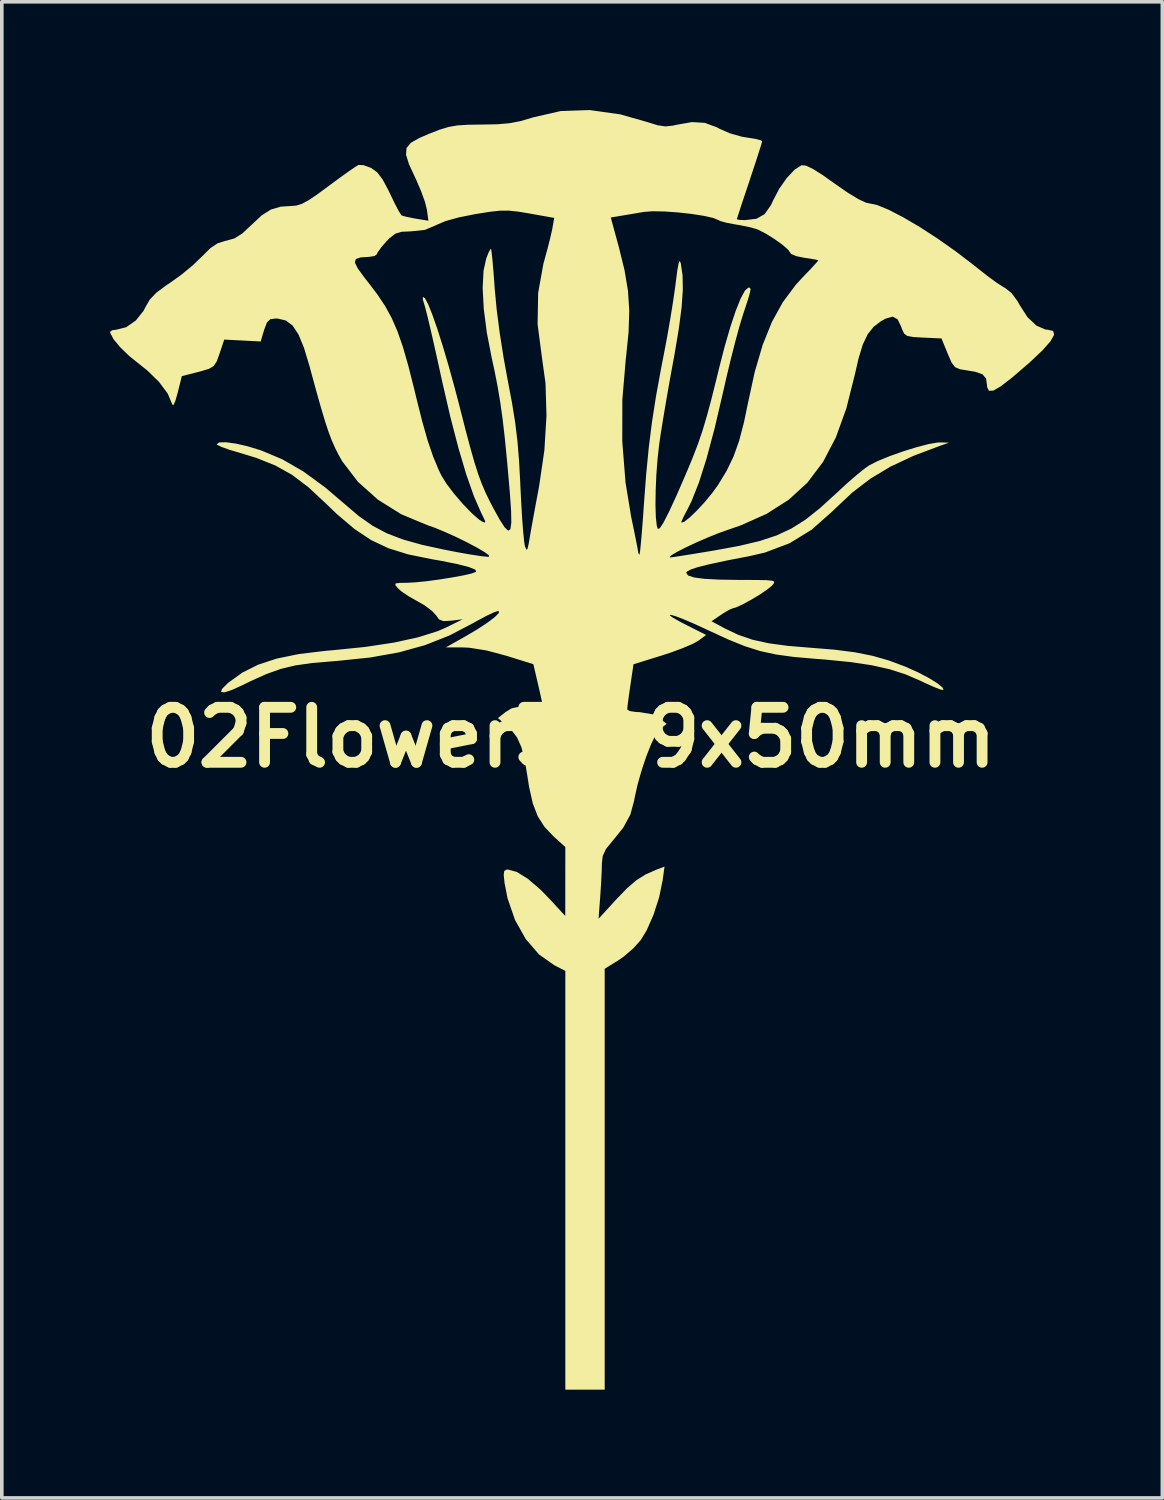
<source format=kicad_pcb>
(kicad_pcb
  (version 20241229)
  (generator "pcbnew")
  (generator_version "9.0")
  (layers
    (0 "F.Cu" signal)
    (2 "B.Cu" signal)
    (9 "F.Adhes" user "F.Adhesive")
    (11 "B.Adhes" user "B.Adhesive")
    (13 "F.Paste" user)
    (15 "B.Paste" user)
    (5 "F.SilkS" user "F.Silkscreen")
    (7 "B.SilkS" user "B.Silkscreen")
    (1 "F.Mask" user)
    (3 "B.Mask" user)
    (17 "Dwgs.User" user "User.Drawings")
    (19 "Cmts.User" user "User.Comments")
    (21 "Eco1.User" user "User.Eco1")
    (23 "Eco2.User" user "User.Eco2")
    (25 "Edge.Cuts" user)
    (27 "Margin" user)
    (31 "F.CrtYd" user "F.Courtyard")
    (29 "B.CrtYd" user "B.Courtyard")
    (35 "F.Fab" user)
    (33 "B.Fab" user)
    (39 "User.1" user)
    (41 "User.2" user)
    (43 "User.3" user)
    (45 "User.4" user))
  (footprint "02Flower35.9x50mm"
    (layer "F.Cu")
    (at 12.773 17.386)
    (property "Reference" "02Flower35.9x50mm" (at 0 0 0) (layer "F.SilkS") (effects (font (size 1.524 1.524) (thickness 0.3))))
    (attr board_only exclude_from_pos_files exclude_from_bom)
    (fp_poly (pts (xy 1.37 -17.266) (xy 2.111 -17.055) (xy 2.4 -16.965) (xy 2.613 -16.933) (xy 2.817 -16.953) (xy 2.923 -16.977) (xy 3.354 -17.053) (xy 3.711 -17.031) (xy 4.046 -16.907) (xy 4.118 -16.867) (xy 4.408 -16.74) (xy 4.743 -16.646) (xy 4.878 -16.624) (xy 5.11 -16.588) (xy 5.262 -16.548) (xy 5.298 -16.523) (xy 5.275 -16.435) (xy 5.21 -16.227) (xy 5.113 -15.927) (xy 4.993 -15.564) (xy 4.948 -15.427) (xy 4.822 -15.051) (xy 4.716 -14.732) (xy 4.639 -14.496) (xy 4.6 -14.371) (xy 4.597 -14.359) (xy 4.665 -14.343) (xy 4.826 -14.336) (xy 5.141 -14.373) (xy 5.367 -14.502) (xy 5.542 -14.751) (xy 5.599 -14.874) (xy 5.771 -15.204) (xy 5.981 -15.503) (xy 6.197 -15.733) (xy 6.39 -15.856) (xy 6.394 -15.857) (xy 6.51 -15.847) (xy 6.7 -15.758) (xy 6.979 -15.582) (xy 7.3 -15.354) (xy 7.67 -15.097) (xy 7.972 -14.914) (xy 8.185 -14.816) (xy 8.254 -14.803) (xy 8.485 -14.754) (xy 8.813 -14.619) (xy 9.217 -14.409) (xy 9.676 -14.139) (xy 10.167 -13.82) (xy 10.669 -13.466) (xy 11.161 -13.09) (xy 11.269 -13.003) (xy 11.542 -12.788) (xy 11.794 -12.604) (xy 11.985 -12.48) (xy 12.035 -12.453) (xy 12.207 -12.317) (xy 12.379 -12.086) (xy 12.431 -11.991) (xy 12.651 -11.647) (xy 12.901 -11.411) (xy 13.155 -11.302) (xy 13.217 -11.298) (xy 13.364 -11.263) (xy 13.389 -11.157) (xy 13.29 -10.979) (xy 13.065 -10.724) (xy 12.712 -10.391) (xy 12.23 -9.977) (xy 12.201 -9.954) (xy 11.906 -9.726) (xy 11.704 -9.611) (xy 11.583 -9.606) (xy 11.533 -9.708) (xy 11.53 -9.759) (xy 11.504 -9.946) (xy 11.406 -10.062) (xy 11.204 -10.133) (xy 11.012 -10.165) (xy 10.783 -10.202) (xy 10.646 -10.261) (xy 10.552 -10.38) (xy 10.455 -10.6) (xy 10.439 -10.638) (xy 10.269 -11.057) (xy 9.758 -11.08) (xy 9.483 -11.096) (xy 9.322 -11.125) (xy 9.234 -11.189) (xy 9.178 -11.307) (xy 9.155 -11.375) (xy 9.053 -11.586) (xy 8.919 -11.661) (xy 8.723 -11.607) (xy 8.589 -11.533) (xy 8.385 -11.377) (xy 8.223 -11.172) (xy 8.089 -10.892) (xy 7.971 -10.507) (xy 7.869 -10.064) (xy 7.633 -9.123) (xy 7.343 -8.318) (xy 6.987 -7.636) (xy 6.555 -7.063) (xy 6.037 -6.588) (xy 5.421 -6.195) (xy 4.697 -5.873) (xy 4.37 -5.76) (xy 4.091 -5.661) (xy 3.784 -5.537) (xy 3.473 -5.402) (xy 3.186 -5.267) (xy 2.95 -5.147) (xy 2.79 -5.052) (xy 2.733 -4.997) (xy 2.755 -4.988) (xy 2.852 -5) (xy 3.074 -5.034) (xy 3.392 -5.085) (xy 3.779 -5.149) (xy 3.984 -5.183) (xy 4.668 -5.309) (xy 5.228 -5.442) (xy 5.698 -5.597) (xy 6.11 -5.789) (xy 6.498 -6.034) (xy 6.893 -6.347) (xy 7.329 -6.744) (xy 7.355 -6.768) (xy 7.641 -7.032) (xy 7.917 -7.272) (xy 8.146 -7.456) (xy 8.261 -7.537) (xy 8.503 -7.66) (xy 8.833 -7.795) (xy 9.208 -7.928) (xy 9.584 -8.044) (xy 9.918 -8.131) (xy 10.166 -8.173) (xy 10.218 -8.175) (xy 10.479 -8.169) (xy 10.246 -8.088) (xy 9.491 -7.803) (xy 8.856 -7.505) (xy 8.303 -7.174) (xy 7.795 -6.785) (xy 7.297 -6.317) (xy 7.259 -6.278) (xy 6.676 -5.76) (xy 6.059 -5.381) (xy 5.376 -5.123) (xy 4.948 -5.024) (xy 4.336 -4.906) (xy 3.867 -4.806) (xy 3.53 -4.723) (xy 3.315 -4.652) (xy 3.21 -4.591) (xy 3.194 -4.56) (xy 3.246 -4.488) (xy 3.41 -4.433) (xy 3.695 -4.395) (xy 4.112 -4.373) (xy 4.673 -4.364) (xy 4.745 -4.364) (xy 5.146 -4.363) (xy 5.413 -4.358) (xy 5.568 -4.344) (xy 5.632 -4.318) (xy 5.627 -4.276) (xy 5.576 -4.213) (xy 5.57 -4.206) (xy 5.438 -4.097) (xy 5.227 -3.955) (xy 4.98 -3.807) (xy 4.744 -3.68) (xy 4.564 -3.599) (xy 4.501 -3.584) (xy 4.399 -3.544) (xy 4.226 -3.443) (xy 4.164 -3.402) (xy 3.896 -3.219) (xy 4.266 -3.019) (xy 4.637 -2.843) (xy 5.03 -2.708) (xy 5.479 -2.609) (xy 6.018 -2.536) (xy 6.615 -2.487) (xy 7.296 -2.432) (xy 7.862 -2.36) (xy 8.351 -2.263) (xy 8.804 -2.134) (xy 9.26 -1.964) (xy 9.305 -1.945) (xy 9.631 -1.797) (xy 9.924 -1.643) (xy 10.155 -1.5) (xy 10.297 -1.384) (xy 10.325 -1.313) (xy 10.324 -1.312) (xy 10.242 -1.327) (xy 10.056 -1.399) (xy 9.799 -1.515) (xy 9.682 -1.571) (xy 9.271 -1.748) (xy 8.828 -1.89) (xy 8.324 -2.002) (xy 7.73 -2.09) (xy 7.018 -2.16) (xy 6.779 -2.178) (xy 6.178 -2.23) (xy 5.683 -2.298) (xy 5.245 -2.393) (xy 4.816 -2.529) (xy 4.349 -2.718) (xy 3.796 -2.973) (xy 3.424 -3.145) (xy 3.12 -3.275) (xy 2.896 -3.361) (xy 2.764 -3.398) (xy 2.734 -3.387) (xy 2.818 -3.323) (xy 3.027 -3.204) (xy 3.229 -3.1) (xy 3.746 -2.839) (xy 3.529 -2.678) (xy 3.363 -2.587) (xy 3.09 -2.471) (xy 2.755 -2.348) (xy 2.522 -2.272) (xy 1.733 -2.027) (xy 1.646 -1.439) (xy 1.604 -1.147) (xy 1.573 -0.914) (xy 1.559 -0.784) (xy 1.558 -0.776) (xy 1.628 -0.731) (xy 1.803 -0.704) (xy 1.898 -0.701) (xy 2.262 -0.641) (xy 2.445 -0.538) (xy 2.652 -0.376) (xy 2.461 -0.225) (xy 2.353 -0.081) (xy 2.225 0.179) (xy 2.089 0.522) (xy 1.959 0.911) (xy 1.845 1.311) (xy 1.762 1.687) (xy 1.751 1.75) (xy 1.646 2.139) (xy 1.449 2.502) (xy 1.158 2.862) (xy 0.971 3.091) (xy 0.88 3.286) (xy 0.857 3.493) (xy 0.851 3.721) (xy 0.835 4.038) (xy 0.813 4.381) (xy 0.811 4.41) (xy 0.765 5.025) (xy 1.249 4.497) (xy 1.554 4.18) (xy 1.813 3.958) (xy 2.071 3.796) (xy 2.372 3.664) (xy 2.387 3.658) (xy 2.593 3.58) (xy 2.542 3.952) (xy 2.445 4.426) (xy 2.29 4.91) (xy 2.099 5.344) (xy 1.938 5.611) (xy 1.73 5.844) (xy 1.461 6.075) (xy 1.319 6.173) (xy 0.935 6.412) (xy 0.935 18.076) (xy -0.156 18.076) (xy -0.156 6.47) (xy -0.457 6.317) (xy -0.884 6.016) (xy -1.253 5.589) (xy -1.549 5.062) (xy -1.758 4.458) (xy -1.841 4.032) (xy -1.864 3.808) (xy -1.848 3.699) (xy -1.782 3.664) (xy -1.744 3.662) (xy -1.501 3.728) (xy -1.195 3.918) (xy -0.844 4.219) (xy -0.605 4.464) (xy -0.158 4.948) (xy -0.157 3.993) (xy -0.156 3.038) (xy -0.473 2.752) (xy -0.731 2.482) (xy -0.92 2.187) (xy -1.058 1.829) (xy -1.161 1.37) (xy -1.203 1.099) (xy -1.282 0.623) (xy -1.374 0.269) (xy -1.493 0.003) (xy -1.653 -0.209) (xy -1.789 -0.336) (xy -2.025 -0.535) (xy -1.811 -0.704) (xy -1.643 -0.807) (xy -1.452 -0.847) (xy -1.188 -0.839) (xy -0.96 -0.828) (xy -0.811 -0.836) (xy -0.778 -0.851) (xy -0.794 -0.943) (xy -0.838 -1.146) (xy -0.899 -1.419) (xy -0.91 -1.463) (xy -1.042 -2.029) (xy -1.784 -2.261) (xy -2.336 -2.409) (xy -2.812 -2.485) (xy -2.997 -2.494) (xy -3.467 -2.495) (xy -2.922 -2.802) (xy -2.587 -3) (xy -2.309 -3.184) (xy -2.106 -3.338) (xy -1.997 -3.449) (xy -2.002 -3.501) (xy -2.019 -3.503) (xy -2.133 -3.467) (xy -2.342 -3.369) (xy -2.609 -3.226) (xy -2.72 -3.163) (xy -3.374 -2.822) (xy -4.045 -2.557) (xy -4.766 -2.357) (xy -5.568 -2.214) (xy -6.484 -2.119) (xy -6.602 -2.11) (xy -7.171 -2.062) (xy -7.634 -1.996) (xy -8.039 -1.899) (xy -8.436 -1.758) (xy -8.874 -1.561) (xy -9.093 -1.453) (xy -9.4 -1.313) (xy -9.604 -1.249) (xy -9.697 -1.26) (xy -9.67 -1.344) (xy -9.513 -1.501) (xy -9.495 -1.517) (xy -9.107 -1.796) (xy -8.668 -2.016) (xy -8.152 -2.185) (xy -7.537 -2.311) (xy -6.797 -2.4) (xy -6.605 -2.416) (xy -5.705 -2.507) (xy -4.911 -2.627) (xy -4.237 -2.774) (xy -3.696 -2.944) (xy -3.467 -3.043) (xy -3 -3.274) (xy -3.318 -3.235) (xy -3.533 -3.223) (xy -3.654 -3.268) (xy -3.733 -3.377) (xy -3.855 -3.511) (xy -4.066 -3.666) (xy -4.24 -3.765) (xy -4.491 -3.907) (xy -4.702 -4.05) (xy -4.791 -4.129) (xy -4.867 -4.222) (xy -4.86 -4.268) (xy -4.742 -4.283) (xy -4.545 -4.285) (xy -4.306 -4.298) (xy -3.992 -4.33) (xy -3.642 -4.377) (xy -3.293 -4.433) (xy -2.982 -4.49) (xy -2.749 -4.544) (xy -2.63 -4.589) (xy -2.627 -4.591) (xy -2.65 -4.649) (xy -2.822 -4.719) (xy -3.137 -4.801) (xy -3.588 -4.892) (xy -3.871 -4.941) (xy -4.514 -5.073) (xy -5.057 -5.242) (xy -5.54 -5.47) (xy -6.002 -5.778) (xy -6.482 -6.185) (xy -6.8 -6.49) (xy -7.278 -6.935) (xy -7.725 -7.274) (xy -8.189 -7.534) (xy -8.718 -7.746) (xy -9.179 -7.887) (xy -9.468 -7.973) (xy -9.688 -8.052) (xy -9.806 -8.109) (xy -9.817 -8.123) (xy -9.749 -8.175) (xy -9.563 -8.18) (xy -9.289 -8.143) (xy -8.957 -8.067) (xy -8.596 -7.957) (xy -8.582 -7.952) (xy -7.997 -7.706) (xy -7.416 -7.37) (xy -6.811 -6.928) (xy -6.28 -6.475) (xy -5.88 -6.135) (xy -5.501 -5.868) (xy -5.107 -5.658) (xy -4.662 -5.487) (xy -4.13 -5.338) (xy -3.545 -5.21) (xy -3.134 -5.13) (xy -2.77 -5.066) (xy -2.484 -5.023) (xy -2.307 -5.005) (xy -2.27 -5.007) (xy -2.276 -5.049) (xy -2.398 -5.138) (xy -2.609 -5.262) (xy -2.88 -5.406) (xy -3.186 -5.556) (xy -3.499 -5.697) (xy -3.791 -5.817) (xy -3.974 -5.881) (xy -4.699 -6.182) (xy -5.349 -6.588) (xy -5.902 -7.082) (xy -6.335 -7.647) (xy -6.44 -7.831) (xy -6.538 -8.026) (xy -6.628 -8.229) (xy -6.717 -8.464) (xy -6.813 -8.755) (xy -6.923 -9.123) (xy -7.056 -9.592) (xy -7.218 -10.186) (xy -7.25 -10.305) (xy -7.402 -10.807) (xy -7.553 -11.171) (xy -7.715 -11.415) (xy -7.902 -11.554) (xy -8.125 -11.607) (xy -8.184 -11.609) (xy -8.334 -11.589) (xy -8.426 -11.499) (xy -8.501 -11.3) (xy -8.504 -11.291) (xy -8.599 -10.973) (xy -9.104 -10.999) (xy -9.609 -11.025) (xy -9.739 -10.635) (xy -9.818 -10.418) (xy -9.902 -10.29) (xy -10.038 -10.212) (xy -10.27 -10.143) (xy -10.327 -10.129) (xy -10.784 -10.012) (xy -10.901 -9.544) (xy -10.967 -9.315) (xy -11.02 -9.207) (xy -11.049 -9.229) (xy -11.174 -9.526) (xy -11.416 -9.853) (xy -11.749 -10.177) (xy -11.942 -10.329) (xy -12.237 -10.566) (xy -12.492 -10.813) (xy -12.679 -11.039) (xy -12.769 -11.214) (xy -12.773 -11.239) (xy -12.711 -11.285) (xy -12.603 -11.298) (xy -12.325 -11.368) (xy -12.057 -11.556) (xy -11.843 -11.825) (xy -11.794 -11.923) (xy -11.673 -12.133) (xy -11.491 -12.324) (xy -11.211 -12.532) (xy -11.118 -12.593) (xy -10.802 -12.819) (xy -10.482 -13.082) (xy -10.399 -13.162) (xy -5.989 -13.162) (xy -5.909 -12.998) (xy -5.724 -12.744) (xy -5.625 -12.619) (xy -5.365 -12.277) (xy -5.149 -11.953) (xy -4.967 -11.62) (xy -4.807 -11.252) (xy -4.657 -10.82) (xy -4.507 -10.298) (xy -4.345 -9.658) (xy -4.29 -9.428) (xy -4.123 -8.763) (xy -3.97 -8.224) (xy -3.819 -7.781) (xy -3.662 -7.406) (xy -3.585 -7.248) (xy -3.441 -7.018) (xy -3.23 -6.742) (xy -2.987 -6.46) (xy -2.746 -6.211) (xy -2.543 -6.034) (xy -2.472 -5.988) (xy -2.389 -5.951) (xy -2.376 -5.986) (xy -2.435 -6.118) (xy -2.482 -6.211) (xy -2.686 -6.675) (xy -2.9 -7.283) (xy -3.12 -8.026) (xy -3.345 -8.893) (xy -3.571 -9.874) (xy -3.585 -9.938) (xy -3.7 -10.463) (xy -3.808 -10.947) (xy -3.904 -11.366) (xy -3.983 -11.695) (xy -4.038 -11.91) (xy -4.058 -11.978) (xy -4.104 -12.133) (xy -4.104 -12.206) (xy -4.046 -12.173) (xy -3.957 -12.004) (xy -3.842 -11.717) (xy -3.705 -11.326) (xy -3.553 -10.848) (xy -3.391 -10.299) (xy -3.224 -9.696) (xy -3.082 -9.153) (xy -2.922 -8.524) (xy -2.788 -8.022) (xy -2.674 -7.621) (xy -2.571 -7.297) (xy -2.47 -7.024) (xy -2.364 -6.777) (xy -2.244 -6.531) (xy -2.168 -6.384) (xy -1.979 -6.041) (xy -1.837 -5.821) (xy -1.738 -5.729) (xy -1.678 -5.771) (xy -1.653 -5.951) (xy -1.659 -6.275) (xy -1.691 -6.746) (xy -1.706 -6.926) (xy -1.772 -7.672) (xy -1.833 -8.294) (xy -1.894 -8.821) (xy -1.959 -9.285) (xy -2.031 -9.717) (xy -2.115 -10.147) (xy -2.196 -10.518) (xy -2.332 -11.221) (xy -2.416 -11.874) (xy -2.447 -12.452) (xy -2.423 -12.932) (xy -2.349 -13.27) (xy -2.278 -13.448) (xy -2.225 -13.537) (xy -2.215 -13.539) (xy -2.2 -13.455) (xy -2.177 -13.244) (xy -2.15 -12.935) (xy -2.121 -12.558) (xy -2.112 -12.423) (xy -2.059 -11.864) (xy -1.975 -11.211) (xy -1.866 -10.518) (xy -1.752 -9.895) (xy -1.633 -9.267) (xy -1.546 -8.729) (xy -1.484 -8.219) (xy -1.439 -7.68) (xy -1.405 -7.051) (xy -1.402 -6.973) (xy -1.378 -6.496) (xy -1.352 -6.061) (xy -1.324 -5.698) (xy -1.298 -5.434) (xy -1.276 -5.298) (xy -1.237 -5.202) (xy -1.206 -5.218) (xy -1.172 -5.363) (xy -1.15 -5.493) (xy -1.112 -5.715) (xy -1.052 -6.049) (xy -0.978 -6.452) (xy -0.897 -6.884) (xy -0.881 -6.973) (xy -0.736 -7.961) (xy -0.678 -8.92) (xy -0.705 -9.815) (xy -0.808 -10.557) (xy -0.925 -11.452) (xy -0.909 -12.321) (xy -0.762 -13.135) (xy -0.749 -13.178) (xy -0.657 -13.516) (xy -0.576 -13.833) (xy -0.522 -14.071) (xy -0.514 -14.113) (xy -0.464 -14.397) (xy -0.532 -14.409) (xy 1.103 -14.409) (xy 1.331 -13.574) (xy 1.486 -12.942) (xy 1.58 -12.376) (xy 1.616 -11.825) (xy 1.597 -11.235) (xy 1.528 -10.554) (xy 1.52 -10.492) (xy 1.424 -9.363) (xy 1.422 -8.202) (xy 1.512 -7.065) (xy 1.668 -6.116) (xy 1.744 -5.751) (xy 1.807 -5.44) (xy 1.85 -5.216) (xy 1.867 -5.111) (xy 1.867 -5.11) (xy 1.893 -5.065) (xy 1.9 -5.071) (xy 1.915 -5.155) (xy 1.937 -5.37) (xy 1.965 -5.688) (xy 1.996 -6.086) (xy 2.022 -6.467) (xy 2.085 -7.3) (xy 2.157 -8.039) (xy 2.245 -8.738) (xy 2.357 -9.454) (xy 2.501 -10.241) (xy 2.57 -10.596) (xy 2.664 -11.091) (xy 2.754 -11.607) (xy 2.832 -12.092) (xy 2.89 -12.493) (xy 2.901 -12.583) (xy 2.945 -12.928) (xy 2.981 -13.13) (xy 3.011 -13.202) (xy 3.039 -13.154) (xy 3.045 -13.129) (xy 3.093 -12.804) (xy 3.1 -12.408) (xy 3.067 -11.924) (xy 2.99 -11.332) (xy 2.87 -10.614) (xy 2.835 -10.426) (xy 2.738 -9.895) (xy 2.643 -9.355) (xy 2.558 -8.849) (xy 2.488 -8.417) (xy 2.448 -8.142) (xy 2.401 -7.73) (xy 2.367 -7.289) (xy 2.348 -6.85) (xy 2.342 -6.447) (xy 2.352 -6.11) (xy 2.377 -5.873) (xy 2.405 -5.779) (xy 2.461 -5.796) (xy 2.564 -5.952) (xy 2.716 -6.25) (xy 2.919 -6.691) (xy 2.949 -6.758) (xy 3.179 -7.286) (xy 3.364 -7.728) (xy 3.516 -8.122) (xy 3.647 -8.505) (xy 3.769 -8.915) (xy 3.896 -9.388) (xy 4.039 -9.962) (xy 4.099 -10.207) (xy 4.258 -10.828) (xy 4.416 -11.372) (xy 4.566 -11.822) (xy 4.703 -12.164) (xy 4.822 -12.384) (xy 4.917 -12.466) (xy 4.921 -12.466) (xy 4.962 -12.459) (xy 4.977 -12.421) (xy 4.961 -12.326) (xy 4.909 -12.146) (xy 4.814 -11.856) (xy 4.762 -11.699) (xy 4.671 -11.4) (xy 4.559 -10.988) (xy 4.435 -10.503) (xy 4.31 -9.984) (xy 4.21 -9.544) (xy 3.981 -8.565) (xy 3.76 -7.738) (xy 3.547 -7.065) (xy 3.342 -6.547) (xy 3.228 -6.319) (xy 3.123 -6.119) (xy 3.063 -5.985) (xy 3.058 -5.954) (xy 3.138 -5.975) (xy 3.287 -6.092) (xy 3.482 -6.279) (xy 3.695 -6.508) (xy 3.9 -6.754) (xy 4.072 -6.99) (xy 4.076 -6.996) (xy 4.316 -7.391) (xy 4.506 -7.786) (xy 4.66 -8.219) (xy 4.795 -8.734) (xy 4.902 -9.251) (xy 5.094 -10.133) (xy 5.314 -10.881) (xy 5.571 -11.518) (xy 5.873 -12.064) (xy 6.23 -12.542) (xy 6.407 -12.736) (xy 6.613 -12.95) (xy 6.769 -13.118) (xy 6.85 -13.21) (xy 6.856 -13.22) (xy 6.787 -13.241) (xy 6.609 -13.272) (xy 6.467 -13.292) (xy 6.245 -13.337) (xy 6.104 -13.396) (xy 6.077 -13.431) (xy 6.015 -13.52) (xy 5.857 -13.656) (xy 5.641 -13.811) (xy 5.408 -13.957) (xy 5.197 -14.066) (xy 5.142 -14.088) (xy 4.948 -14.142) (xy 4.682 -14.196) (xy 4.558 -14.216) (xy 4.317 -14.261) (xy 4.14 -14.31) (xy 4.09 -14.335) (xy 3.943 -14.396) (xy 3.679 -14.455) (xy 3.34 -14.508) (xy 2.965 -14.549) (xy 2.594 -14.575) (xy 2.268 -14.582) (xy 2.027 -14.564) (xy 2.026 -14.564) (xy 1.733 -14.514) (xy 1.461 -14.468) (xy 1.35 -14.45) (xy 1.103 -14.409) (xy -0.532 -14.409) (xy -1.147 -14.519) (xy -1.472 -14.573) (xy -1.727 -14.599) (xy -1.969 -14.597) (xy -2.252 -14.566) (xy -2.63 -14.506) (xy -2.649 -14.503) (xy -3.105 -14.412) (xy -3.473 -14.31) (xy -3.722 -14.205) (xy -3.74 -14.195) (xy -4.048 -14.065) (xy -4.432 -14.025) (xy -4.692 -14.013) (xy -4.866 -13.961) (xy -5.022 -13.84) (xy -5.114 -13.746) (xy -5.267 -13.571) (xy -5.361 -13.436) (xy -5.376 -13.396) (xy -5.443 -13.341) (xy -5.59 -13.318) (xy -5.831 -13.302) (xy -5.963 -13.257) (xy -5.989 -13.162) (xy -10.399 -13.162) (xy -10.229 -13.326) (xy -10.228 -13.326) (xy -9.992 -13.56) (xy -9.792 -13.694) (xy -9.58 -13.76) (xy -9.551 -13.765) (xy -9.324 -13.83) (xy -9.106 -13.968) (xy -8.864 -14.194) (xy -8.571 -14.467) (xy -8.314 -14.63) (xy -8.043 -14.709) (xy -7.774 -14.726) (xy -7.616 -14.738) (xy -7.459 -14.786) (xy -7.272 -14.886) (xy -7.023 -15.054) (xy -6.724 -15.275) (xy -6.427 -15.495) (xy -6.168 -15.68) (xy -5.978 -15.811) (xy -5.887 -15.865) (xy -5.75 -15.859) (xy -5.558 -15.79) (xy -5.531 -15.777) (xy -5.369 -15.659) (xy -5.219 -15.462) (xy -5.055 -15.154) (xy -5.017 -15.075) (xy -4.887 -14.804) (xy -4.776 -14.592) (xy -4.704 -14.477) (xy -4.694 -14.466) (xy -4.587 -14.434) (xy -4.387 -14.392) (xy -4.293 -14.375) (xy -3.951 -14.319) (xy -3.992 -14.625) (xy -4.046 -14.841) (xy -4.153 -15.138) (xy -4.291 -15.459) (xy -4.321 -15.522) (xy -4.49 -15.887) (xy -4.571 -16.148) (xy -4.556 -16.336) (xy -4.434 -16.481) (xy -4.195 -16.615) (xy -3.935 -16.727) (xy -3.635 -16.844) (xy -3.39 -16.918) (xy -3.148 -16.96) (xy -2.853 -16.979) (xy -2.475 -16.984) (xy -2.038 -16.992) (xy -1.698 -17.022) (xy -1.396 -17.08) (xy -1.075 -17.175) (xy -1.05 -17.183) (xy -0.287 -17.358) (xy 0.519 -17.386)) (stroke (width 0) (type solid)) (fill yes) (layer "F.SilkS")))
  (gr_rect
    (start -3 -3)
    (end 29.162 38.462)
    (stroke (width 0.1) (type default))
    (fill no)
    (layer "Edge.Cuts")))
</source>
